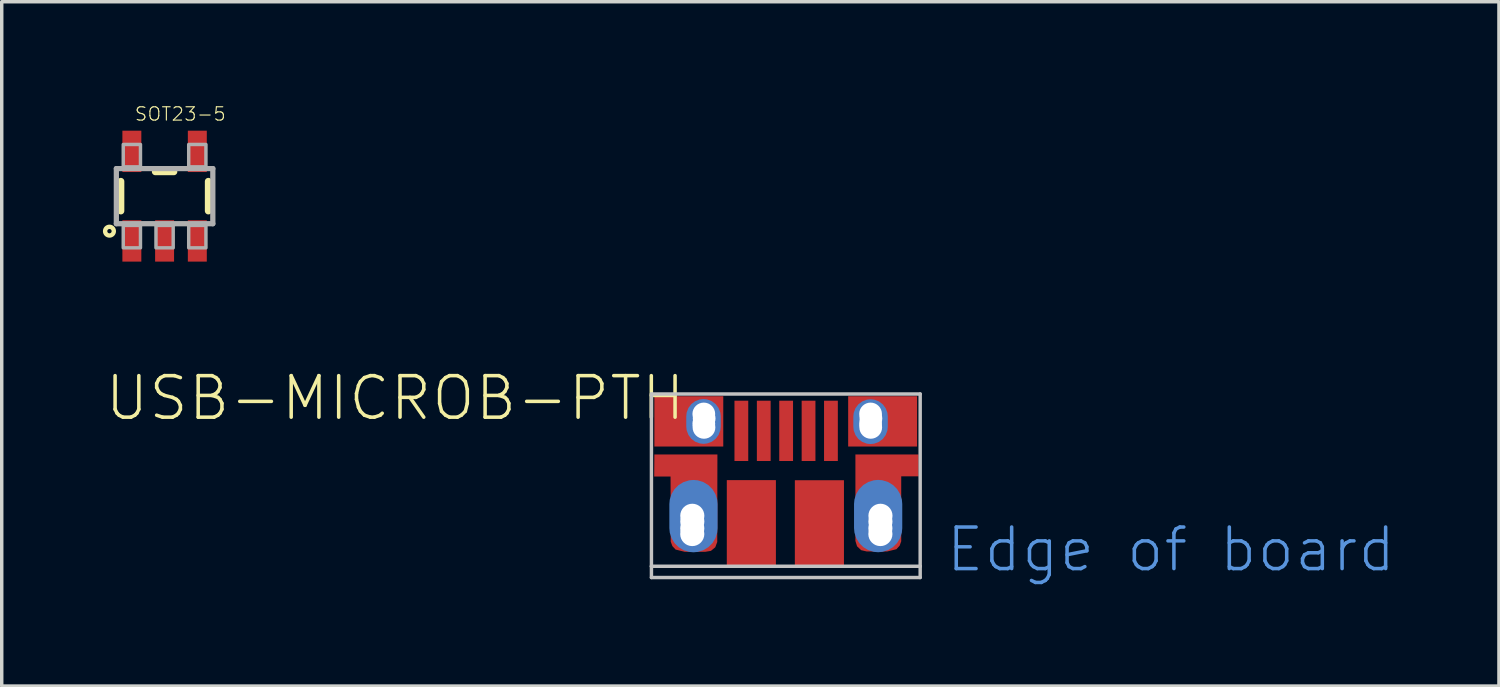
<source format=kicad_pcb>
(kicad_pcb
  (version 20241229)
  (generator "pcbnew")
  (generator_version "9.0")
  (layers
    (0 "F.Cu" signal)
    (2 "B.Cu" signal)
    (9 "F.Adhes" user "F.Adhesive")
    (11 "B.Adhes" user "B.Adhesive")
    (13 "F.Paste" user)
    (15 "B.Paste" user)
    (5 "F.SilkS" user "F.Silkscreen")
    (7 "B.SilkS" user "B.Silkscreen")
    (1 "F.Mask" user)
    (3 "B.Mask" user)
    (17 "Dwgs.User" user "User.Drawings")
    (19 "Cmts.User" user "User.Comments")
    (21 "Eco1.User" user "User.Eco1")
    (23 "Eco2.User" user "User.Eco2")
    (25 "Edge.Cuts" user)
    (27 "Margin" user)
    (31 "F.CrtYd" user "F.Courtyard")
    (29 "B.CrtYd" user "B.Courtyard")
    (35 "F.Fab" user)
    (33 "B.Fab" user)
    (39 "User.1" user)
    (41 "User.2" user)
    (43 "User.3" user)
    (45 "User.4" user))
  (footprint "USB-MICROB-PTH"
    (layer "F.Cu")
    (at 19.736 10.786)
    (property "Reference" "USB-MICROB-PTH" (at -2.839 -2.986 0) (layer "F.SilkS") (effects (font (size 1.206 1.206) (thickness 0.102)) (justify right top)))
    (attr through_hole)
    (fp_poly (pts (xy -3.794 -0.646) (xy -3.799 -0.006) (xy -3.324 -0.006) (xy -3.319 1.884) (xy -3.271 2.014) (xy -3.177 2.115) (xy -2.914 2.179) (xy -2.314 2.179) (xy -2.152 2.152) (xy -2.026 2.048) (xy -1.969 1.894) (xy -1.964 -0.646)) (stroke (width 0) (type solid)) (fill yes) (layer "F.Cu"))
    (fp_poly (pts (xy 3.876 -0.646) (xy 3.876 -0.011) (xy 3.371 -0.011) (xy 3.371 1.874) (xy 3.324 2.004) (xy 3.23 2.105) (xy 2.966 2.169) (xy 2.366 2.169) (xy 2.208 2.132) (xy 2.089 2.02) (xy 2.041 1.864) (xy 2.041 -0.646)) (stroke (width 0) (type solid)) (fill yes) (layer "F.Cu"))
    (fp_poly (pts (xy 1.913 -0.732) (xy 3.97 -0.732) (xy 3.97 0.108) (xy 3.462 0.108) (xy 3.462 1.859) (xy 3.437 2.011) (xy 3.356 2.141) (xy 3.081 2.266) (xy 2.319 2.266) (xy 2.177 2.243) (xy 2.055 2.167) (xy 1.938 1.91)) (stroke (width 0) (type solid)) (fill yes) (layer "F.Mask"))
    (fp_poly (pts (xy -3.879 -0.732) (xy -1.872 -0.732) (xy -1.872 0.132) (xy -1.897 1.758) (xy -1.897 1.885) (xy -1.921 2.027) (xy -1.996 2.149) (xy -2.253 2.266) (xy -2.99 2.266) (xy -3.141 2.241) (xy -3.272 2.159) (xy -3.396 1.885) (xy -3.391 0.118) (xy -3.874 0.118)) (stroke (width 0) (type solid)) (fill yes) (layer "F.Mask"))
    (fp_poly (pts (xy -1.399 -2.144) (xy -1.149 -2.144) (xy -1.149 -0.514) (xy -1.399 -0.514)) (stroke (width 0) (type solid)) (fill yes) (layer "F.Paste"))
    (fp_poly (pts (xy -0.759 -2.144) (xy -0.509 -2.144) (xy -0.509 -0.514) (xy -0.759 -0.514)) (stroke (width 0) (type solid)) (fill yes) (layer "F.Paste"))
    (fp_poly (pts (xy -0.109 -2.154) (xy 0.141 -2.154) (xy 0.141 -0.524) (xy -0.109 -0.524)) (stroke (width 0) (type solid)) (fill yes) (layer "F.Paste"))
    (fp_poly (pts (xy 0.551 -2.154) (xy 0.801 -2.154) (xy 0.801 -0.524) (xy 0.551 -0.524)) (stroke (width 0) (type solid)) (fill yes) (layer "F.Paste"))
    (fp_poly (pts (xy 1.201 -2.144) (xy 1.451 -2.144) (xy 1.451 -0.514) (xy 1.201 -0.514)) (stroke (width 0) (type solid)) (fill yes) (layer "F.Paste"))
    (fp_poly (pts (xy -3.371 0.132) (xy -3.828 0.132) (xy -3.828 -0.681) (xy -1.948 -0.681) (xy -1.948 1.885) (xy -1.973 2.011) (xy -2.045 2.118) (xy -2.278 2.215) (xy -3.04 2.215) (xy -3.193 2.174) (xy -3.304 2.062) (xy -3.345 1.91) (xy -3.345 0.157)) (stroke (width 0) (type solid)) (fill yes) (layer "F.Paste"))
    (fp_poly (pts (xy 3.411 0.107) (xy 3.894 0.107) (xy 3.894 -0.681) (xy 2.014 -0.681) (xy 2.014 1.859) (xy 2.039 1.986) (xy 2.111 2.093) (xy 2.344 2.189) (xy 3.081 2.189) (xy 3.233 2.149) (xy 3.345 2.037) (xy 3.386 1.885) (xy 3.386 0.132)) (stroke (width 0) (type solid)) (fill yes) (layer "F.Paste"))
    (fp_line (start -3.879 -2.401) (end 3.921 -2.401) (stroke (width 0.1) (type solid)) (layer "Dwgs.User"))
    (fp_line (start -3.879 2.599) (end -3.879 -2.401) (stroke (width 0.1) (type solid)) (layer "Dwgs.User"))
    (fp_line (start -3.879 2.599) (end 3.921 2.599) (stroke (width 0.1) (type solid)) (layer "Dwgs.User"))
    (fp_line (start -3.879 2.926) (end -3.879 2.599) (stroke (width 0.1) (type solid)) (layer "Dwgs.User"))
    (fp_line (start -3.879 2.926) (end 3.921 2.926) (stroke (width 0.1) (type solid)) (layer "Dwgs.User"))
    (fp_line (start 3.921 2.599) (end 3.921 -2.401) (stroke (width 0.1) (type solid)) (layer "Dwgs.User"))
    (fp_line (start 3.921 2.926) (end 3.921 2.599) (stroke (width 0.1) (type solid)) (layer "Dwgs.User"))
    (fp_text user "Edge of board" (at 4.614 2.819 0) (layer "Cmts.User") (effects (font (size 1.206 1.206) (thickness 0.102)) (justify left bottom)))
    (pad "" np_thru_hole circle (at -2.694 1.499) (size 0.7 0.7) (drill 0.7) (layers "*.Cu" "*.Mask"))
    (pad "" np_thru_hole circle (at -2.694 1.664) (size 0.7 0.7) (drill 0.7) (layers "*.Cu" "*.Mask"))
    (pad "" np_thru_hole circle (at -2.693 1.134) (size 0.7 0.7) (drill 0.7) (layers "*.Cu" "*.Mask"))
    (pad "" np_thru_hole circle (at -2.693 1.3) (size 0.7 0.7) (drill 0.7) (layers "*.Cu" "*.Mask"))
    (pad "" np_thru_hole circle (at -2.359 -1.821) (size 0.66 0.66) (drill 0.66) (layers "*.Cu" "*.Mask"))
    (pad "" np_thru_hole circle (at -2.359 -1.541) (size 0.66 0.66) (drill 0.66) (layers "*.Cu" "*.Mask"))
    (pad "" np_thru_hole circle (at -2.354 -1.432) (size 0.66 0.66) (drill 0.66) (layers "*.Cu" "*.Mask"))
    (pad "" np_thru_hole circle (at -2.349 -1.691) (size 0.66 0.66) (drill 0.66) (layers "*.Cu" "*.Mask"))
    (pad "" np_thru_hole circle (at 2.481 -1.821) (size 0.66 0.66) (drill 0.66) (layers "*.Cu" "*.Mask"))
    (pad "" np_thru_hole circle (at 2.481 -1.541) (size 0.66 0.66) (drill 0.66) (layers "*.Cu" "*.Mask"))
    (pad "" np_thru_hole circle (at 2.486 -1.432) (size 0.66 0.66) (drill 0.66) (layers "*.Cu" "*.Mask"))
    (pad "" np_thru_hole circle (at 2.491 -1.691) (size 0.66 0.66) (drill 0.66) (layers "*.Cu" "*.Mask"))
    (pad "" np_thru_hole circle (at 2.766 1.496) (size 0.7 0.7) (drill 0.7) (layers "*.Cu" "*.Mask"))
    (pad "" np_thru_hole circle (at 2.766 1.664) (size 0.7 0.7) (drill 0.7) (layers "*.Cu" "*.Mask"))
    (pad "" np_thru_hole circle (at 2.767 1.303) (size 0.7 0.7) (drill 0.7) (layers "*.Cu" "*.Mask"))
    (pad "" np_thru_hole circle (at 2.768 1.134) (size 0.7 0.7) (drill 0.7) (layers "*.Cu" "*.Mask"))
    (pad "D+" smd rect (at 0.031 -1.331 90) (size 1.75 0.4) (layers "F.Cu" "F.Mask"))
    (pad "D-" smd rect (at -0.619 -1.331 90) (size 1.75 0.4) (layers "F.Cu" "F.Mask"))
    (pad "GND" smd rect (at 1.331 -1.331 90) (size 1.75 0.4) (layers "F.Cu" "F.Mask"))
    (pad "ID" smd rect (at 0.681 -1.331 90) (size 1.75 0.4) (layers "F.Cu" "F.Mask"))
    (pad "P$1" smd roundrect (at 2.701 1.142 90) (size 2.1 1.4) (layers "B.Cu" "B.Mask") (roundrect_rratio 0.5))
    (pad "P$2" smd roundrect (at 2.487 -1.594 90) (size 1.3 1) (layers "F.Cu" "F.Mask" "F.Paste") (roundrect_rratio 0.5))
    (pad "P$3" smd roundrect (at -2.659 1.144 90) (size 2.1 1.4) (layers "B.Cu" "B.Mask") (roundrect_rratio 0.5))
    (pad "P$4" smd roundrect (at -2.368 -1.604 90) (size 1.3 1) (layers "B.Cu" "B.Mask") (roundrect_rratio 0.5))
    (pad "P$6" smd roundrect (at -2.368 -1.604 90) (size 1.3 1) (layers "F.Cu" "F.Mask" "F.Paste") (roundrect_rratio 0.5))
    (pad "P$8" smd roundrect (at 2.701 1.142 90) (size 1.5 1.1) (layers "F.Cu" "F.Mask" "F.Paste") (roundrect_rratio 0.5))
    (pad "P$10" smd roundrect (at 2.481 -1.598 90) (size 1.3 1) (layers "B.Cu" "B.Mask") (roundrect_rratio 0.5))
    (pad "P$12" smd roundrect (at -2.659 1.144 90) (size 1.5 1.1) (layers "F.Cu" "F.Mask" "F.Paste") (roundrect_rratio 0.5))
    (pad "SHEILD2" smd rect (at 2.831 -1.606 90) (size 1.46 2) (layers "F.Cu" "F.Mask" "F.Paste"))
    (pad "SHIELD" smd rect (at -2.794 -1.606 90) (size 1.46 2) (layers "F.Cu" "F.Mask" "F.Paste"))
    (pad "SHIELD3" smd rect (at -0.979 1.349 90) (size 2.5 1.425) (layers "F.Cu" "F.Mask" "F.Paste"))
    (pad "SHIELD4" smd rect (at 0.996 1.352 90) (size 2.5 1.425) (layers "F.Cu" "F.Mask" "F.Paste"))
    (pad "VBUS" smd rect (at -1.269 -1.331 90) (size 1.75 0.4) (layers "F.Cu" "F.Mask")))
  (footprint "SOT23-5"
    (layer "F.Cu")
    (at 1.727 2.643)
    (property "Reference" "SOT23-5" (at -0.889 -2.159 0) (layer "F.SilkS") (effects (font (size 0.386 0.386) (thickness 0.033)) (justify left bottom)))
    (attr through_hole)
    (fp_line (start -1.27 0.429) (end -1.27 -0.429) (stroke (width 0.203) (type solid)) (layer "F.SilkS"))
    (fp_line (start -0.268 -0.709) (end 0.268 -0.709) (stroke (width 0.203) (type solid)) (layer "F.SilkS"))
    (fp_line (start 1.27 -0.429) (end 1.27 0.429) (stroke (width 0.203) (type solid)) (layer "F.SilkS"))
    (fp_circle (center -1.6 1.016) (end -1.537 1.016) (stroke (width 0.127) (type solid)) (fill no) (layer "F.SilkS"))
    (fp_line (start -1.4 -0.8) (end -1.4 0.8) (stroke (width 0.152) (type solid)) (layer "F.Fab"))
    (fp_line (start -1.4 -0.8) (end 1.4 -0.8) (stroke (width 0.152) (type solid)) (layer "F.Fab"))
    (fp_line (start 1.4 -0.8) (end 1.4 0.8) (stroke (width 0.152) (type solid)) (layer "F.Fab"))
    (fp_line (start 1.4 0.8) (end -1.4 0.8) (stroke (width 0.152) (type solid)) (layer "F.Fab"))
    (fp_poly (pts (xy -1.2 -0.85) (xy -0.7 -0.85) (xy -0.7 -1.5) (xy -1.2 -1.5)) (stroke (width 0.1) (type solid)) (fill no) (layer "F.Fab"))
    (fp_poly (pts (xy -1.2 1.5) (xy -0.7 1.5) (xy -0.7 0.85) (xy -1.2 0.85)) (stroke (width 0.1) (type solid)) (fill no) (layer "F.Fab"))
    (fp_poly (pts (xy -0.25 1.5) (xy 0.25 1.5) (xy 0.25 0.85) (xy -0.25 0.85)) (stroke (width 0.1) (type solid)) (fill no) (layer "F.Fab"))
    (fp_poly (pts (xy 0.7 -0.85) (xy 1.2 -0.85) (xy 1.2 -1.5) (xy 0.7 -1.5)) (stroke (width 0.1) (type solid)) (fill no) (layer "F.Fab"))
    (fp_poly (pts (xy 0.7 1.5) (xy 1.2 1.5) (xy 1.2 0.85) (xy 0.7 0.85)) (stroke (width 0.1) (type solid)) (fill no) (layer "F.Fab"))
    (pad "1" smd rect (at -0.95 1.3) (size 0.55 1.2) (layers "F.Cu" "F.Mask" "F.Paste"))
    (pad "2" smd rect (at 0 1.3) (size 0.55 1.2) (layers "F.Cu" "F.Mask" "F.Paste"))
    (pad "3" smd rect (at 0.95 1.3) (size 0.55 1.2) (layers "F.Cu" "F.Mask" "F.Paste"))
    (pad "4" smd rect (at 0.95 -1.3) (size 0.55 1.2) (layers "F.Cu" "F.Mask" "F.Paste"))
    (pad "5" smd rect (at -0.95 -1.3) (size 0.55 1.2) (layers "F.Cu" "F.Mask" "F.Paste")))
  (gr_rect
    (start -3 -3)
    (end 40.455 16.862)
    (stroke (width 0.1) (type default))
    (fill no)
    (layer "Edge.Cuts")))
</source>
